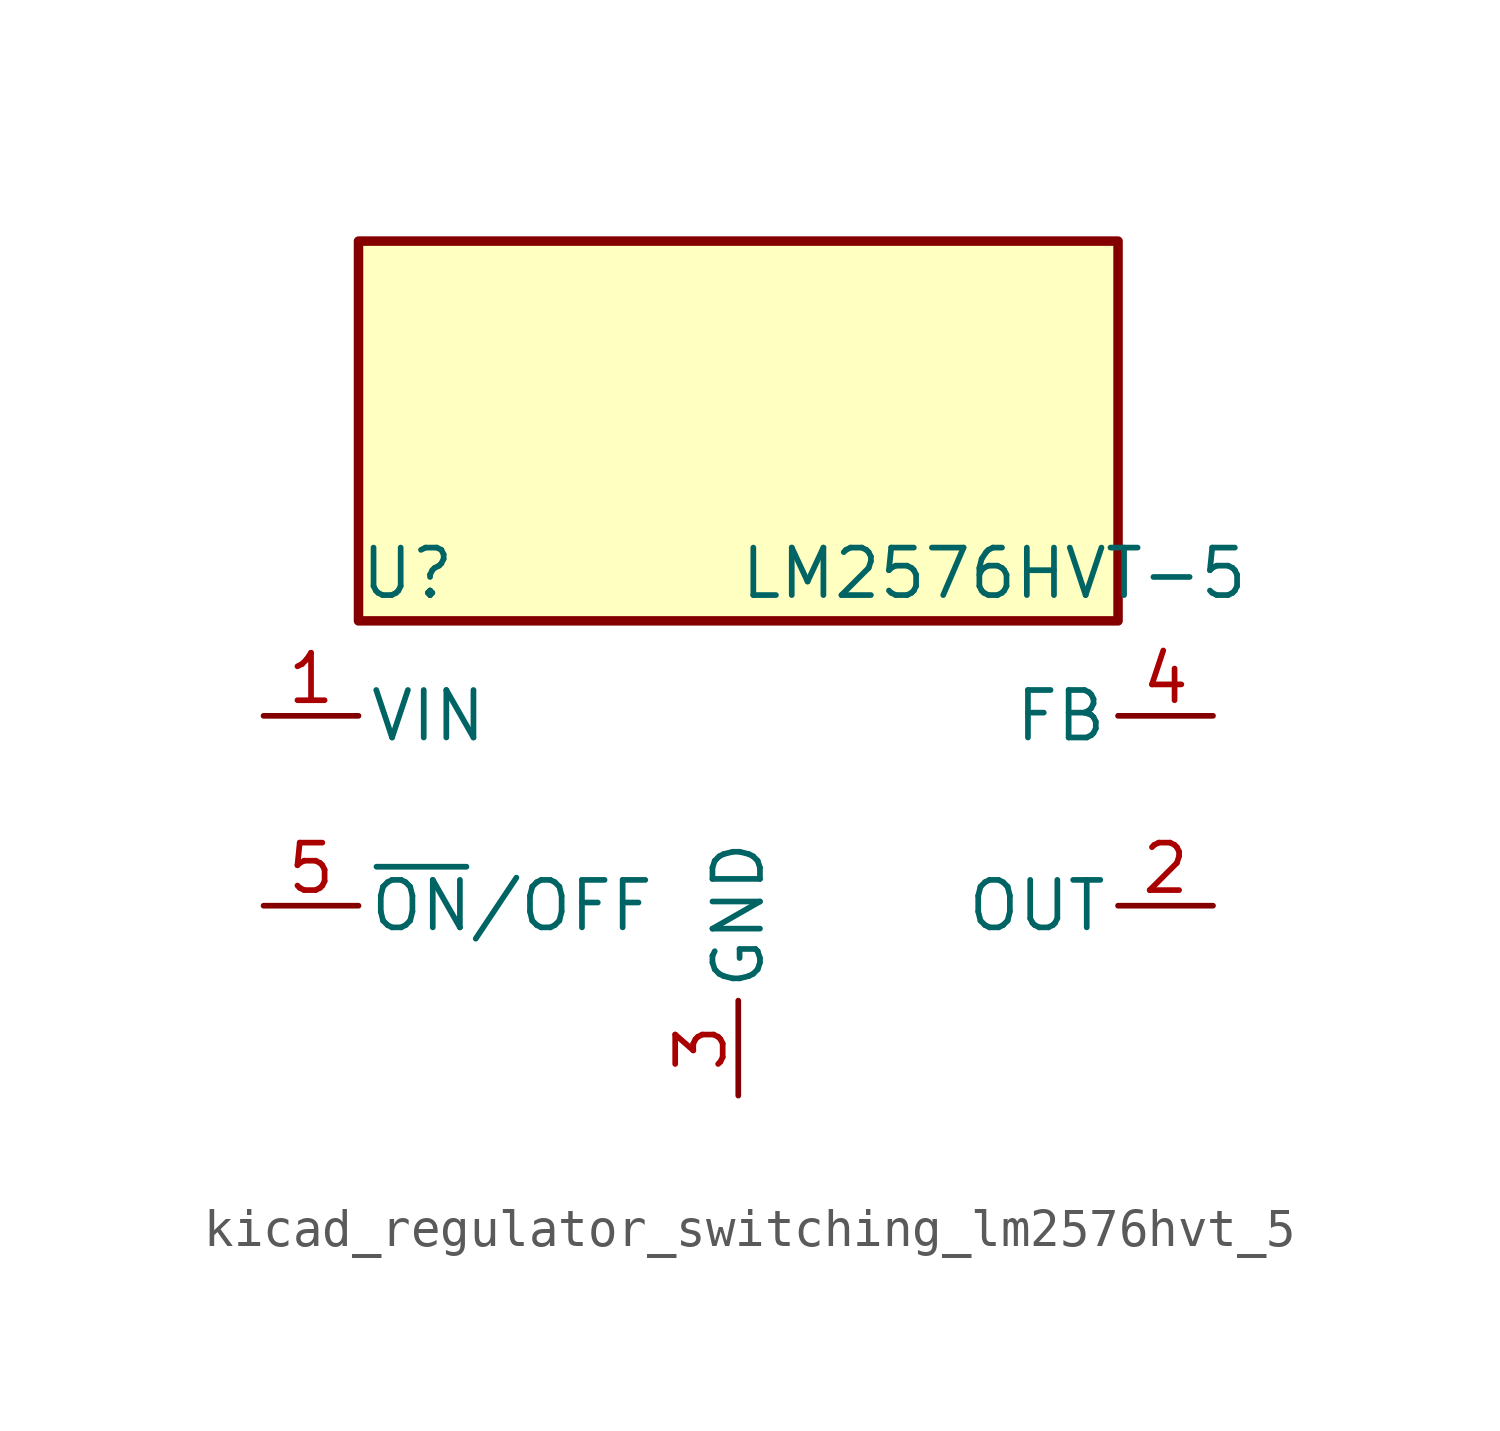
<source format=kicad_sym>
(kicad_symbol_lib
  (version 20220914)
  (generator kicad_symbol_editor)
  (symbol "kicad_regulator_switching_lm2576hvt_5"
    (pin_names
      (offset 0.254))
    (property "Reference" "U"
      (at -10.16 6.35 0)
      (effects (font (size 1.27 1.27)) (justify left)))
    (property "Value" "LM2576HVT-5"
      (at 0 6.35 0)
      (effects (font (size 1.27 1.27)) (justify left)))
    (symbol "kicad_regulator_switching_lm2576hvt_5_0_1"
      (rectangle (start 10.16 15.24) (end -10.16 5.08) (stroke (width 0.254) (type default)) (fill (type background))))
    (symbol "kicad_regulator_switching_lm2576hvt_5_1_1"
      (pin power_in line (at -12.7 2.54 0) (length 2.54) (name "VIN" (effects (font (size 1.27 1.27)))) (number "1" (effects (font (size 1.27 1.27)))))
      (pin output line (at 12.7 -2.54 180) (length 2.54) (name "OUT" (effects (font (size 1.27 1.27)))) (number "2" (effects (font (size 1.27 1.27)))))
      (pin power_in line (at 0 -7.62 90) (length 2.54) (name "GND" (effects (font (size 1.27 1.27)))) (number "3" (effects (font (size 1.27 1.27)))))
      (pin input line (at 12.7 2.54 180) (length 2.54) (name "FB" (effects (font (size 1.27 1.27)))) (number "4" (effects (font (size 1.27 1.27)))))
      (pin input line (at -12.7 -2.54 0) (length 2.54) (name "~{ON}/OFF" (effects (font (size 1.27 1.27)))) (number "5" (effects (font (size 1.27 1.27))))))))
</source>
